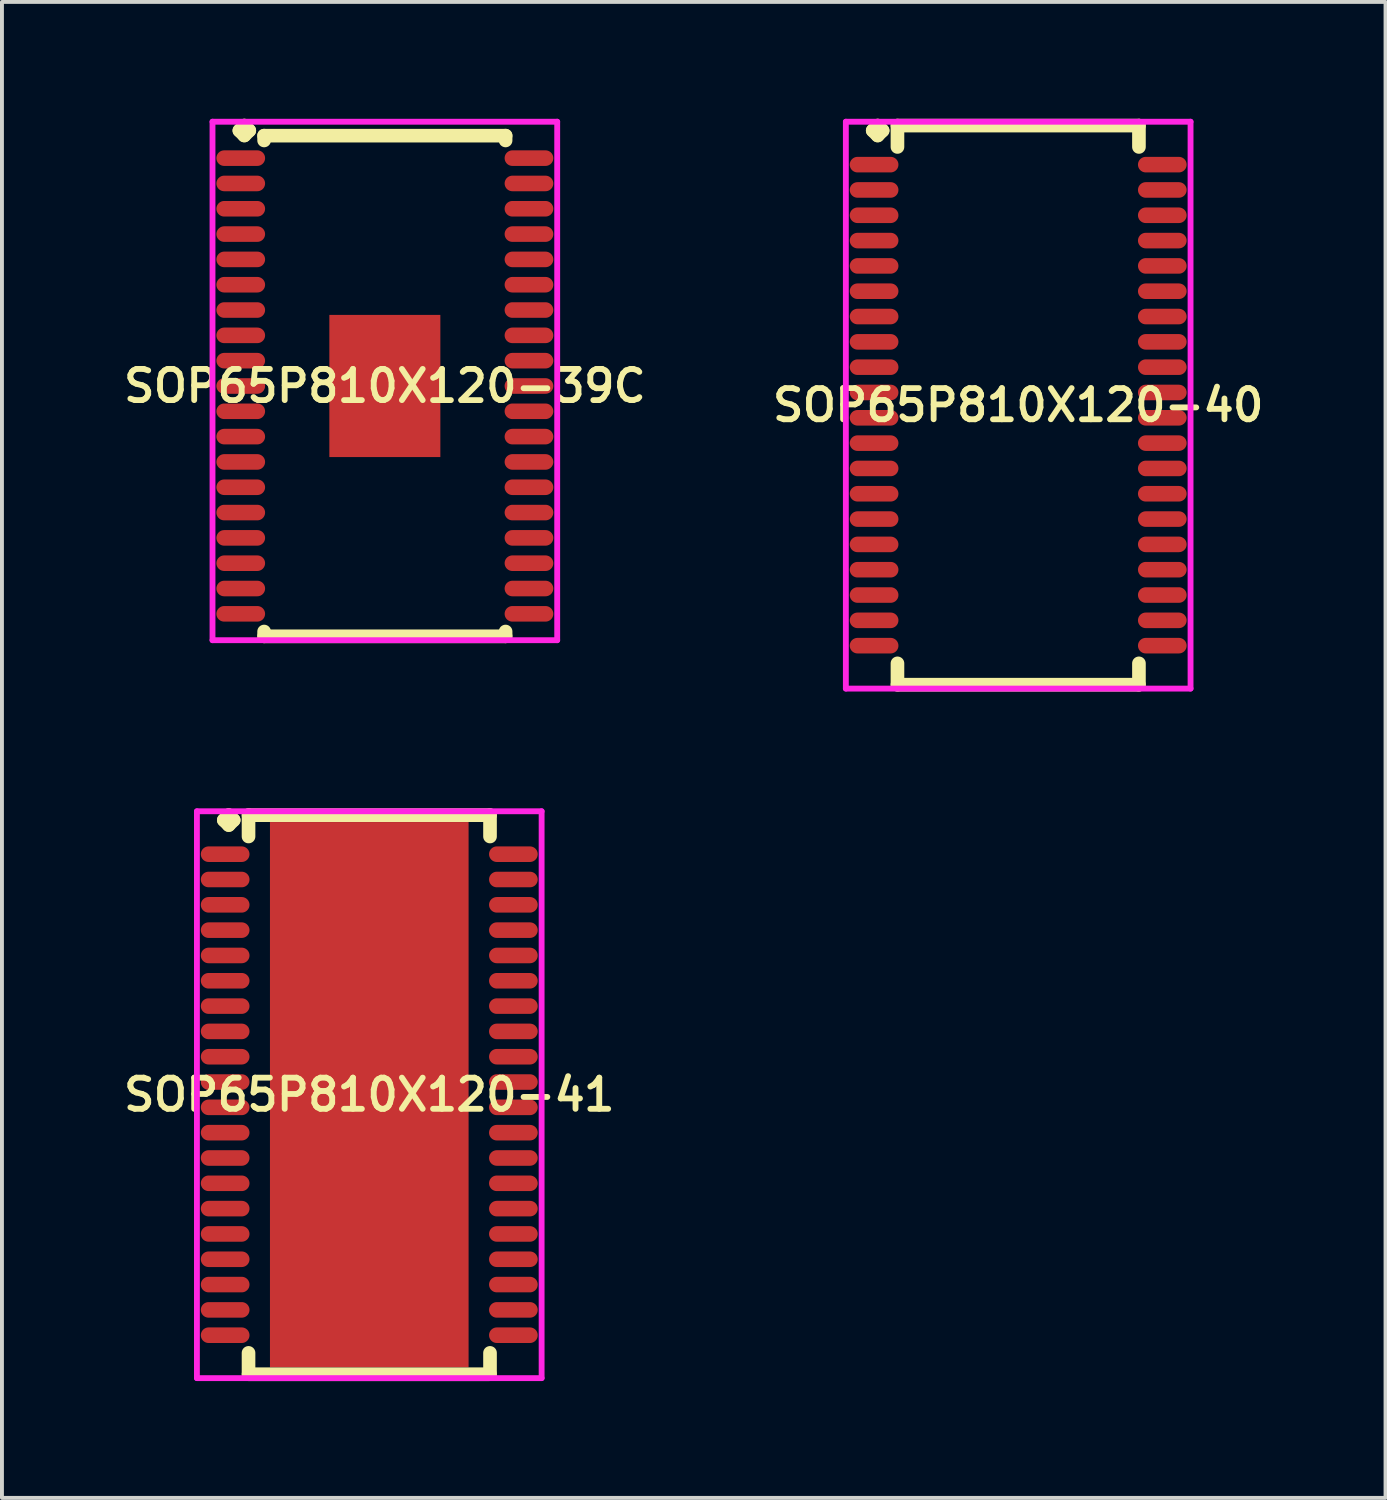
<source format=kicad_pcb>
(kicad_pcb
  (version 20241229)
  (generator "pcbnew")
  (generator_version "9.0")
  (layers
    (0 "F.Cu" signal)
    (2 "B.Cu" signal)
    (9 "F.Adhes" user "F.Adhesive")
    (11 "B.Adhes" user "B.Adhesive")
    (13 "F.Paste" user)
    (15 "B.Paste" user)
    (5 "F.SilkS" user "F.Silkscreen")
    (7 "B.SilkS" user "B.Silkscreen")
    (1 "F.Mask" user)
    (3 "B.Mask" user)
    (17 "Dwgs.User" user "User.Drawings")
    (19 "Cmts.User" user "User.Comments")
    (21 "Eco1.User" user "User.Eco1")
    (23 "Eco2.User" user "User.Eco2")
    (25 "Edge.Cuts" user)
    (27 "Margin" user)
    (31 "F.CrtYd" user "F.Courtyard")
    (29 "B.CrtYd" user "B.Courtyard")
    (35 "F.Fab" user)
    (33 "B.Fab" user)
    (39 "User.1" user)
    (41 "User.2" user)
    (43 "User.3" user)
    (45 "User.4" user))
  (footprint "SOP65P810X120-40"
    (layer "F.Cu")
    (at 23.092 7.352)
    (property "Reference" "SOP65P810X120-40" (at 0 0 0) (layer "F.SilkS") (effects (font (size 0.8 0.8) (thickness 0.15))))
    (attr smd)
    (fp_line (start -3.735 -7.05) (end -3.608 -7.177) (stroke (width 0.35) (type solid)) (layer "F.SilkS"))
    (fp_line (start -3.608 -7.177) (end -3.481 -7.05) (stroke (width 0.35) (type solid)) (layer "F.SilkS"))
    (fp_line (start -3.608 -6.923) (end -3.735 -7.05) (stroke (width 0.35) (type solid)) (layer "F.SilkS"))
    (fp_line (start -3.481 -7.05) (end -3.608 -6.923) (stroke (width 0.35) (type solid)) (layer "F.SilkS"))
    (fp_line (start -3.1 -7.177) (end 3.1 -7.177) (stroke (width 0.35) (type solid)) (layer "F.SilkS"))
    (fp_line (start -3.1 -6.629) (end -3.1 -7.177) (stroke (width 0.35) (type solid)) (layer "F.SilkS"))
    (fp_line (start -3.1 6.629) (end -3.1 7.177) (stroke (width 0.35) (type solid)) (layer "F.SilkS"))
    (fp_line (start -3.1 7.177) (end 3.1 7.177) (stroke (width 0.35) (type solid)) (layer "F.SilkS"))
    (fp_line (start 3.1 -7.177) (end 3.1 -6.629) (stroke (width 0.35) (type solid)) (layer "F.SilkS"))
    (fp_line (start 3.1 7.177) (end 3.1 6.629) (stroke (width 0.35) (type solid)) (layer "F.SilkS"))
    (fp_line (start -4.425 -7.277) (end 4.425 -7.277) (stroke (width 0.15) (type solid)) (layer "F.CrtYd"))
    (fp_line (start -4.425 7.277) (end -4.425 -7.277) (stroke (width 0.15) (type solid)) (layer "F.CrtYd"))
    (fp_line (start 4.425 -7.277) (end 4.425 7.277) (stroke (width 0.15) (type solid)) (layer "F.CrtYd"))
    (fp_line (start 4.425 7.277) (end -4.425 7.277) (stroke (width 0.15) (type solid)) (layer "F.CrtYd"))
    (pad "1" smd oval (at -3.7 -6.175) (size 1.25 0.4) (layers "F.Cu" "F.Mask" "F.Paste"))
    (pad "2" smd oval (at -3.7 -5.525) (size 1.25 0.4) (layers "F.Cu" "F.Mask" "F.Paste"))
    (pad "3" smd oval (at -3.7 -4.875) (size 1.25 0.4) (layers "F.Cu" "F.Mask" "F.Paste"))
    (pad "4" smd oval (at -3.7 -4.225) (size 1.25 0.4) (layers "F.Cu" "F.Mask" "F.Paste"))
    (pad "5" smd oval (at -3.7 -3.575) (size 1.25 0.4) (layers "F.Cu" "F.Mask" "F.Paste"))
    (pad "6" smd oval (at -3.7 -2.925) (size 1.25 0.4) (layers "F.Cu" "F.Mask" "F.Paste"))
    (pad "7" smd oval (at -3.7 -2.275) (size 1.25 0.4) (layers "F.Cu" "F.Mask" "F.Paste"))
    (pad "8" smd oval (at -3.7 -1.625) (size 1.25 0.4) (layers "F.Cu" "F.Mask" "F.Paste"))
    (pad "9" smd oval (at -3.7 -0.975) (size 1.25 0.4) (layers "F.Cu" "F.Mask" "F.Paste"))
    (pad "10" smd oval (at -3.7 -0.325) (size 1.25 0.4) (layers "F.Cu" "F.Mask" "F.Paste"))
    (pad "11" smd oval (at -3.7 0.325) (size 1.25 0.4) (layers "F.Cu" "F.Mask" "F.Paste"))
    (pad "12" smd oval (at -3.7 0.975) (size 1.25 0.4) (layers "F.Cu" "F.Mask" "F.Paste"))
    (pad "13" smd oval (at -3.7 1.625) (size 1.25 0.4) (layers "F.Cu" "F.Mask" "F.Paste"))
    (pad "14" smd oval (at -3.7 2.275) (size 1.25 0.4) (layers "F.Cu" "F.Mask" "F.Paste"))
    (pad "15" smd oval (at -3.7 2.925) (size 1.25 0.4) (layers "F.Cu" "F.Mask" "F.Paste"))
    (pad "16" smd oval (at -3.7 3.575) (size 1.25 0.4) (layers "F.Cu" "F.Mask" "F.Paste"))
    (pad "17" smd oval (at -3.7 4.225) (size 1.25 0.4) (layers "F.Cu" "F.Mask" "F.Paste"))
    (pad "18" smd oval (at -3.7 4.875) (size 1.25 0.4) (layers "F.Cu" "F.Mask" "F.Paste"))
    (pad "19" smd oval (at -3.7 5.525) (size 1.25 0.4) (layers "F.Cu" "F.Mask" "F.Paste"))
    (pad "20" smd oval (at -3.7 6.175) (size 1.25 0.4) (layers "F.Cu" "F.Mask" "F.Paste"))
    (pad "21" smd oval (at 3.7 6.175) (size 1.25 0.4) (layers "F.Cu" "F.Mask" "F.Paste"))
    (pad "22" smd oval (at 3.7 5.525) (size 1.25 0.4) (layers "F.Cu" "F.Mask" "F.Paste"))
    (pad "23" smd oval (at 3.7 4.875) (size 1.25 0.4) (layers "F.Cu" "F.Mask" "F.Paste"))
    (pad "24" smd oval (at 3.7 4.225) (size 1.25 0.4) (layers "F.Cu" "F.Mask" "F.Paste"))
    (pad "25" smd oval (at 3.7 3.575) (size 1.25 0.4) (layers "F.Cu" "F.Mask" "F.Paste"))
    (pad "26" smd oval (at 3.7 2.925) (size 1.25 0.4) (layers "F.Cu" "F.Mask" "F.Paste"))
    (pad "27" smd oval (at 3.7 2.275) (size 1.25 0.4) (layers "F.Cu" "F.Mask" "F.Paste"))
    (pad "28" smd oval (at 3.7 1.625) (size 1.25 0.4) (layers "F.Cu" "F.Mask" "F.Paste"))
    (pad "29" smd oval (at 3.7 0.975) (size 1.25 0.4) (layers "F.Cu" "F.Mask" "F.Paste"))
    (pad "30" smd oval (at 3.7 0.325) (size 1.25 0.4) (layers "F.Cu" "F.Mask" "F.Paste"))
    (pad "31" smd oval (at 3.7 -0.325) (size 1.25 0.4) (layers "F.Cu" "F.Mask" "F.Paste"))
    (pad "32" smd oval (at 3.7 -0.975) (size 1.25 0.4) (layers "F.Cu" "F.Mask" "F.Paste"))
    (pad "33" smd oval (at 3.7 -1.625) (size 1.25 0.4) (layers "F.Cu" "F.Mask" "F.Paste"))
    (pad "34" smd oval (at 3.7 -2.275) (size 1.25 0.4) (layers "F.Cu" "F.Mask" "F.Paste"))
    (pad "35" smd oval (at 3.7 -2.925) (size 1.25 0.4) (layers "F.Cu" "F.Mask" "F.Paste"))
    (pad "36" smd oval (at 3.7 -3.575) (size 1.25 0.4) (layers "F.Cu" "F.Mask" "F.Paste"))
    (pad "37" smd oval (at 3.7 -4.225) (size 1.25 0.4) (layers "F.Cu" "F.Mask" "F.Paste"))
    (pad "38" smd oval (at 3.7 -4.875) (size 1.25 0.4) (layers "F.Cu" "F.Mask" "F.Paste"))
    (pad "39" smd oval (at 3.7 -5.525) (size 1.25 0.4) (layers "F.Cu" "F.Mask" "F.Paste"))
    (pad "40" smd oval (at 3.7 -6.175) (size 1.25 0.4) (layers "F.Cu" "F.Mask" "F.Paste")))
  (footprint "SOP65P810X120-41"
    (layer "F.Cu")
    (at 6.431 25.056)
    (property "Reference" "SOP65P810X120-41" (at 0 0 0) (layer "F.SilkS") (effects (font (size 0.8 0.8) (thickness 0.15))))
    (attr through_hole)
    (fp_line (start -3.735 -7.05) (end -3.608 -7.177) (stroke (width 0.35) (type solid)) (layer "F.SilkS"))
    (fp_line (start -3.608 -7.177) (end -3.481 -7.05) (stroke (width 0.35) (type solid)) (layer "F.SilkS"))
    (fp_line (start -3.608 -6.923) (end -3.735 -7.05) (stroke (width 0.35) (type solid)) (layer "F.SilkS"))
    (fp_line (start -3.481 -7.05) (end -3.608 -6.923) (stroke (width 0.35) (type solid)) (layer "F.SilkS"))
    (fp_line (start -3.1 -7.177) (end 3.1 -7.177) (stroke (width 0.35) (type solid)) (layer "F.SilkS"))
    (fp_line (start -3.1 -6.629) (end -3.1 -7.177) (stroke (width 0.35) (type solid)) (layer "F.SilkS"))
    (fp_line (start -3.1 6.629) (end -3.1 7.177) (stroke (width 0.35) (type solid)) (layer "F.SilkS"))
    (fp_line (start -3.1 7.177) (end 3.1 7.177) (stroke (width 0.35) (type solid)) (layer "F.SilkS"))
    (fp_line (start 3.1 -7.177) (end 3.1 -6.629) (stroke (width 0.35) (type solid)) (layer "F.SilkS"))
    (fp_line (start 3.1 7.177) (end 3.1 6.629) (stroke (width 0.35) (type solid)) (layer "F.SilkS"))
    (fp_line (start -4.425 -7.277) (end 4.425 -7.277) (stroke (width 0.15) (type solid)) (layer "F.CrtYd"))
    (fp_line (start -4.425 7.277) (end -4.425 -7.277) (stroke (width 0.15) (type solid)) (layer "F.CrtYd"))
    (fp_line (start 4.425 -7.277) (end 4.425 7.277) (stroke (width 0.15) (type solid)) (layer "F.CrtYd"))
    (fp_line (start 4.425 7.277) (end -4.425 7.277) (stroke (width 0.15) (type solid)) (layer "F.CrtYd"))
    (pad "1" smd oval (at -3.7 -6.175) (size 1.25 0.4) (layers "F.Cu" "F.Mask" "F.Paste"))
    (pad "2" smd oval (at -3.7 -5.525) (size 1.25 0.4) (layers "F.Cu" "F.Mask" "F.Paste"))
    (pad "3" smd oval (at -3.7 -4.875) (size 1.25 0.4) (layers "F.Cu" "F.Mask" "F.Paste"))
    (pad "4" smd oval (at -3.7 -4.225) (size 1.25 0.4) (layers "F.Cu" "F.Mask" "F.Paste"))
    (pad "5" smd oval (at -3.7 -3.575) (size 1.25 0.4) (layers "F.Cu" "F.Mask" "F.Paste"))
    (pad "6" smd oval (at -3.7 -2.925) (size 1.25 0.4) (layers "F.Cu" "F.Mask" "F.Paste"))
    (pad "7" smd oval (at -3.7 -2.275) (size 1.25 0.4) (layers "F.Cu" "F.Mask" "F.Paste"))
    (pad "8" smd oval (at -3.7 -1.625) (size 1.25 0.4) (layers "F.Cu" "F.Mask" "F.Paste"))
    (pad "9" smd oval (at -3.7 -0.975) (size 1.25 0.4) (layers "F.Cu" "F.Mask" "F.Paste"))
    (pad "10" smd oval (at -3.7 -0.325) (size 1.25 0.4) (layers "F.Cu" "F.Mask" "F.Paste"))
    (pad "11" smd oval (at -3.7 0.325) (size 1.25 0.4) (layers "F.Cu" "F.Mask" "F.Paste"))
    (pad "12" smd oval (at -3.7 0.975) (size 1.25 0.4) (layers "F.Cu" "F.Mask" "F.Paste"))
    (pad "13" smd oval (at -3.7 1.625) (size 1.25 0.4) (layers "F.Cu" "F.Mask" "F.Paste"))
    (pad "14" smd oval (at -3.7 2.275) (size 1.25 0.4) (layers "F.Cu" "F.Mask" "F.Paste"))
    (pad "15" smd oval (at -3.7 2.925) (size 1.25 0.4) (layers "F.Cu" "F.Mask" "F.Paste"))
    (pad "16" smd oval (at -3.7 3.575) (size 1.25 0.4) (layers "F.Cu" "F.Mask" "F.Paste"))
    (pad "17" smd oval (at -3.7 4.225) (size 1.25 0.4) (layers "F.Cu" "F.Mask" "F.Paste"))
    (pad "18" smd oval (at -3.7 4.875) (size 1.25 0.4) (layers "F.Cu" "F.Mask" "F.Paste"))
    (pad "19" smd oval (at -3.7 5.525) (size 1.25 0.4) (layers "F.Cu" "F.Mask" "F.Paste"))
    (pad "20" smd oval (at -3.7 6.175) (size 1.25 0.4) (layers "F.Cu" "F.Mask" "F.Paste"))
    (pad "21" smd oval (at 3.7 6.175) (size 1.25 0.4) (layers "F.Cu" "F.Mask" "F.Paste"))
    (pad "22" smd oval (at 3.7 5.525) (size 1.25 0.4) (layers "F.Cu" "F.Mask" "F.Paste"))
    (pad "23" smd oval (at 3.7 4.875) (size 1.25 0.4) (layers "F.Cu" "F.Mask" "F.Paste"))
    (pad "24" smd oval (at 3.7 4.225) (size 1.25 0.4) (layers "F.Cu" "F.Mask" "F.Paste"))
    (pad "25" smd oval (at 3.7 3.575) (size 1.25 0.4) (layers "F.Cu" "F.Mask" "F.Paste"))
    (pad "26" smd oval (at 3.7 2.925) (size 1.25 0.4) (layers "F.Cu" "F.Mask" "F.Paste"))
    (pad "27" smd oval (at 3.7 2.275) (size 1.25 0.4) (layers "F.Cu" "F.Mask" "F.Paste"))
    (pad "28" smd oval (at 3.7 1.625) (size 1.25 0.4) (layers "F.Cu" "F.Mask" "F.Paste"))
    (pad "29" smd oval (at 3.7 0.975) (size 1.25 0.4) (layers "F.Cu" "F.Mask" "F.Paste"))
    (pad "30" smd oval (at 3.7 0.325) (size 1.25 0.4) (layers "F.Cu" "F.Mask" "F.Paste"))
    (pad "31" smd oval (at 3.7 -0.325) (size 1.25 0.4) (layers "F.Cu" "F.Mask" "F.Paste"))
    (pad "32" smd oval (at 3.7 -0.975) (size 1.25 0.4) (layers "F.Cu" "F.Mask" "F.Paste"))
    (pad "33" smd oval (at 3.7 -1.625) (size 1.25 0.4) (layers "F.Cu" "F.Mask" "F.Paste"))
    (pad "34" smd oval (at 3.7 -2.275) (size 1.25 0.4) (layers "F.Cu" "F.Mask" "F.Paste"))
    (pad "35" smd oval (at 3.7 -2.925) (size 1.25 0.4) (layers "F.Cu" "F.Mask" "F.Paste"))
    (pad "36" smd oval (at 3.7 -3.575) (size 1.25 0.4) (layers "F.Cu" "F.Mask" "F.Paste"))
    (pad "37" smd oval (at 3.7 -4.225) (size 1.25 0.4) (layers "F.Cu" "F.Mask" "F.Paste"))
    (pad "38" smd oval (at 3.7 -4.875) (size 1.25 0.4) (layers "F.Cu" "F.Mask" "F.Paste"))
    (pad "39" smd oval (at 3.7 -5.525) (size 1.25 0.4) (layers "F.Cu" "F.Mask" "F.Paste"))
    (pad "40" smd oval (at 3.7 -6.175) (size 1.25 0.4) (layers "F.Cu" "F.Mask" "F.Paste"))
    (pad "41" smd rect (at 0 0) (size 5.1 14) (layers "F.Cu" "F.Mask" "F.Paste")))
  (footprint "SOP65P810X120-39C"
    (layer "F.Cu")
    (at 6.831 6.86)
    (property "Reference" "SOP65P810X120-39C" (at 0 0 0) (layer "F.SilkS") (effects (font (size 0.8 0.8) (thickness 0.15))))
    (attr through_hole)
    (fp_line (start -3.735 -6.558) (end -3.608 -6.685) (stroke (width 0.35) (type solid)) (layer "F.SilkS"))
    (fp_line (start -3.608 -6.685) (end -3.481 -6.558) (stroke (width 0.35) (type solid)) (layer "F.SilkS"))
    (fp_line (start -3.608 -6.431) (end -3.735 -6.558) (stroke (width 0.35) (type solid)) (layer "F.SilkS"))
    (fp_line (start -3.481 -6.558) (end -3.608 -6.431) (stroke (width 0.35) (type solid)) (layer "F.SilkS"))
    (fp_line (start -3.1 -6.427) (end 3.1 -6.427) (stroke (width 0.35) (type solid)) (layer "F.SilkS"))
    (fp_line (start -3.1 -6.304) (end -3.1 -6.427) (stroke (width 0.35) (type solid)) (layer "F.SilkS"))
    (fp_line (start -3.1 6.304) (end -3.1 6.427) (stroke (width 0.35) (type solid)) (layer "F.SilkS"))
    (fp_line (start -3.1 6.427) (end 3.1 6.427) (stroke (width 0.35) (type solid)) (layer "F.SilkS"))
    (fp_line (start 3.1 -6.427) (end 3.1 -6.304) (stroke (width 0.35) (type solid)) (layer "F.SilkS"))
    (fp_line (start 3.1 6.427) (end 3.1 6.304) (stroke (width 0.35) (type solid)) (layer "F.SilkS"))
    (fp_line (start -4.425 -6.785) (end 4.425 -6.785) (stroke (width 0.15) (type solid)) (layer "F.CrtYd"))
    (fp_line (start -4.425 6.527) (end -4.425 -6.785) (stroke (width 0.15) (type solid)) (layer "F.CrtYd"))
    (fp_line (start 4.425 -6.785) (end 4.425 6.527) (stroke (width 0.15) (type solid)) (layer "F.CrtYd"))
    (fp_line (start 4.425 6.527) (end -4.425 6.527) (stroke (width 0.15) (type solid)) (layer "F.CrtYd"))
    (pad "1" smd oval (at -3.7 -5.85) (size 1.25 0.4) (layers "F.Cu" "F.Mask" "F.Paste"))
    (pad "2" smd oval (at -3.7 -5.2) (size 1.25 0.4) (layers "F.Cu" "F.Mask" "F.Paste"))
    (pad "3" smd oval (at -3.7 -4.55) (size 1.25 0.4) (layers "F.Cu" "F.Mask" "F.Paste"))
    (pad "4" smd oval (at -3.7 -3.9) (size 1.25 0.4) (layers "F.Cu" "F.Mask" "F.Paste"))
    (pad "5" smd oval (at -3.7 -3.25) (size 1.25 0.4) (layers "F.Cu" "F.Mask" "F.Paste"))
    (pad "6" smd oval (at -3.7 -2.6) (size 1.25 0.4) (layers "F.Cu" "F.Mask" "F.Paste"))
    (pad "7" smd oval (at -3.7 -1.95) (size 1.25 0.4) (layers "F.Cu" "F.Mask" "F.Paste"))
    (pad "8" smd oval (at -3.7 -1.3) (size 1.25 0.4) (layers "F.Cu" "F.Mask" "F.Paste"))
    (pad "9" smd oval (at -3.7 -0.65) (size 1.25 0.4) (layers "F.Cu" "F.Mask" "F.Paste"))
    (pad "10" smd oval (at -3.7 0) (size 1.25 0.4) (layers "F.Cu" "F.Mask" "F.Paste"))
    (pad "11" smd oval (at -3.7 0.65) (size 1.25 0.4) (layers "F.Cu" "F.Mask" "F.Paste"))
    (pad "12" smd oval (at -3.7 1.3) (size 1.25 0.4) (layers "F.Cu" "F.Mask" "F.Paste"))
    (pad "13" smd oval (at -3.7 1.95) (size 1.25 0.4) (layers "F.Cu" "F.Mask" "F.Paste"))
    (pad "14" smd oval (at -3.7 2.6) (size 1.25 0.4) (layers "F.Cu" "F.Mask" "F.Paste"))
    (pad "15" smd oval (at -3.7 3.25) (size 1.25 0.4) (layers "F.Cu" "F.Mask" "F.Paste"))
    (pad "16" smd oval (at -3.7 3.9) (size 1.25 0.4) (layers "F.Cu" "F.Mask" "F.Paste"))
    (pad "17" smd oval (at -3.7 4.55) (size 1.25 0.4) (layers "F.Cu" "F.Mask" "F.Paste"))
    (pad "18" smd oval (at -3.7 5.2) (size 1.25 0.4) (layers "F.Cu" "F.Mask" "F.Paste"))
    (pad "19" smd oval (at -3.7 5.85) (size 1.25 0.4) (layers "F.Cu" "F.Mask" "F.Paste"))
    (pad "20" smd oval (at 3.7 5.85) (size 1.25 0.4) (layers "F.Cu" "F.Mask" "F.Paste"))
    (pad "21" smd oval (at 3.7 5.2) (size 1.25 0.4) (layers "F.Cu" "F.Mask" "F.Paste"))
    (pad "22" smd oval (at 3.7 4.55) (size 1.25 0.4) (layers "F.Cu" "F.Mask" "F.Paste"))
    (pad "23" smd oval (at 3.7 3.9) (size 1.25 0.4) (layers "F.Cu" "F.Mask" "F.Paste"))
    (pad "24" smd oval (at 3.7 3.25) (size 1.25 0.4) (layers "F.Cu" "F.Mask" "F.Paste"))
    (pad "25" smd oval (at 3.7 2.6) (size 1.25 0.4) (layers "F.Cu" "F.Mask" "F.Paste"))
    (pad "26" smd oval (at 3.7 1.95) (size 1.25 0.4) (layers "F.Cu" "F.Mask" "F.Paste"))
    (pad "27" smd oval (at 3.7 1.3) (size 1.25 0.4) (layers "F.Cu" "F.Mask" "F.Paste"))
    (pad "28" smd oval (at 3.7 0.65) (size 1.25 0.4) (layers "F.Cu" "F.Mask" "F.Paste"))
    (pad "29" smd oval (at 3.7 0) (size 1.25 0.4) (layers "F.Cu" "F.Mask" "F.Paste"))
    (pad "30" smd oval (at 3.7 -0.65) (size 1.25 0.4) (layers "F.Cu" "F.Mask" "F.Paste"))
    (pad "31" smd oval (at 3.7 -1.3) (size 1.25 0.4) (layers "F.Cu" "F.Mask" "F.Paste"))
    (pad "32" smd oval (at 3.7 -1.95) (size 1.25 0.4) (layers "F.Cu" "F.Mask" "F.Paste"))
    (pad "33" smd oval (at 3.7 -2.6) (size 1.25 0.4) (layers "F.Cu" "F.Mask" "F.Paste"))
    (pad "34" smd oval (at 3.7 -3.25) (size 1.25 0.4) (layers "F.Cu" "F.Mask" "F.Paste"))
    (pad "35" smd oval (at 3.7 -3.9) (size 1.25 0.4) (layers "F.Cu" "F.Mask" "F.Paste"))
    (pad "36" smd oval (at 3.7 -4.55) (size 1.25 0.4) (layers "F.Cu" "F.Mask" "F.Paste"))
    (pad "37" smd oval (at 3.7 -5.2) (size 1.25 0.4) (layers "F.Cu" "F.Mask" "F.Paste"))
    (pad "38" smd oval (at 3.7 -5.85) (size 1.25 0.4) (layers "F.Cu" "F.Mask" "F.Paste"))
    (pad "39" smd rect (at 0 0) (size 2.85 3.65) (layers "F.Cu" "F.Mask" "F.Paste")))
  (gr_rect
    (start -3 -3)
    (end 32.523 35.408)
    (stroke (width 0.1) (type default))
    (fill no)
    (layer "Edge.Cuts")))
</source>
